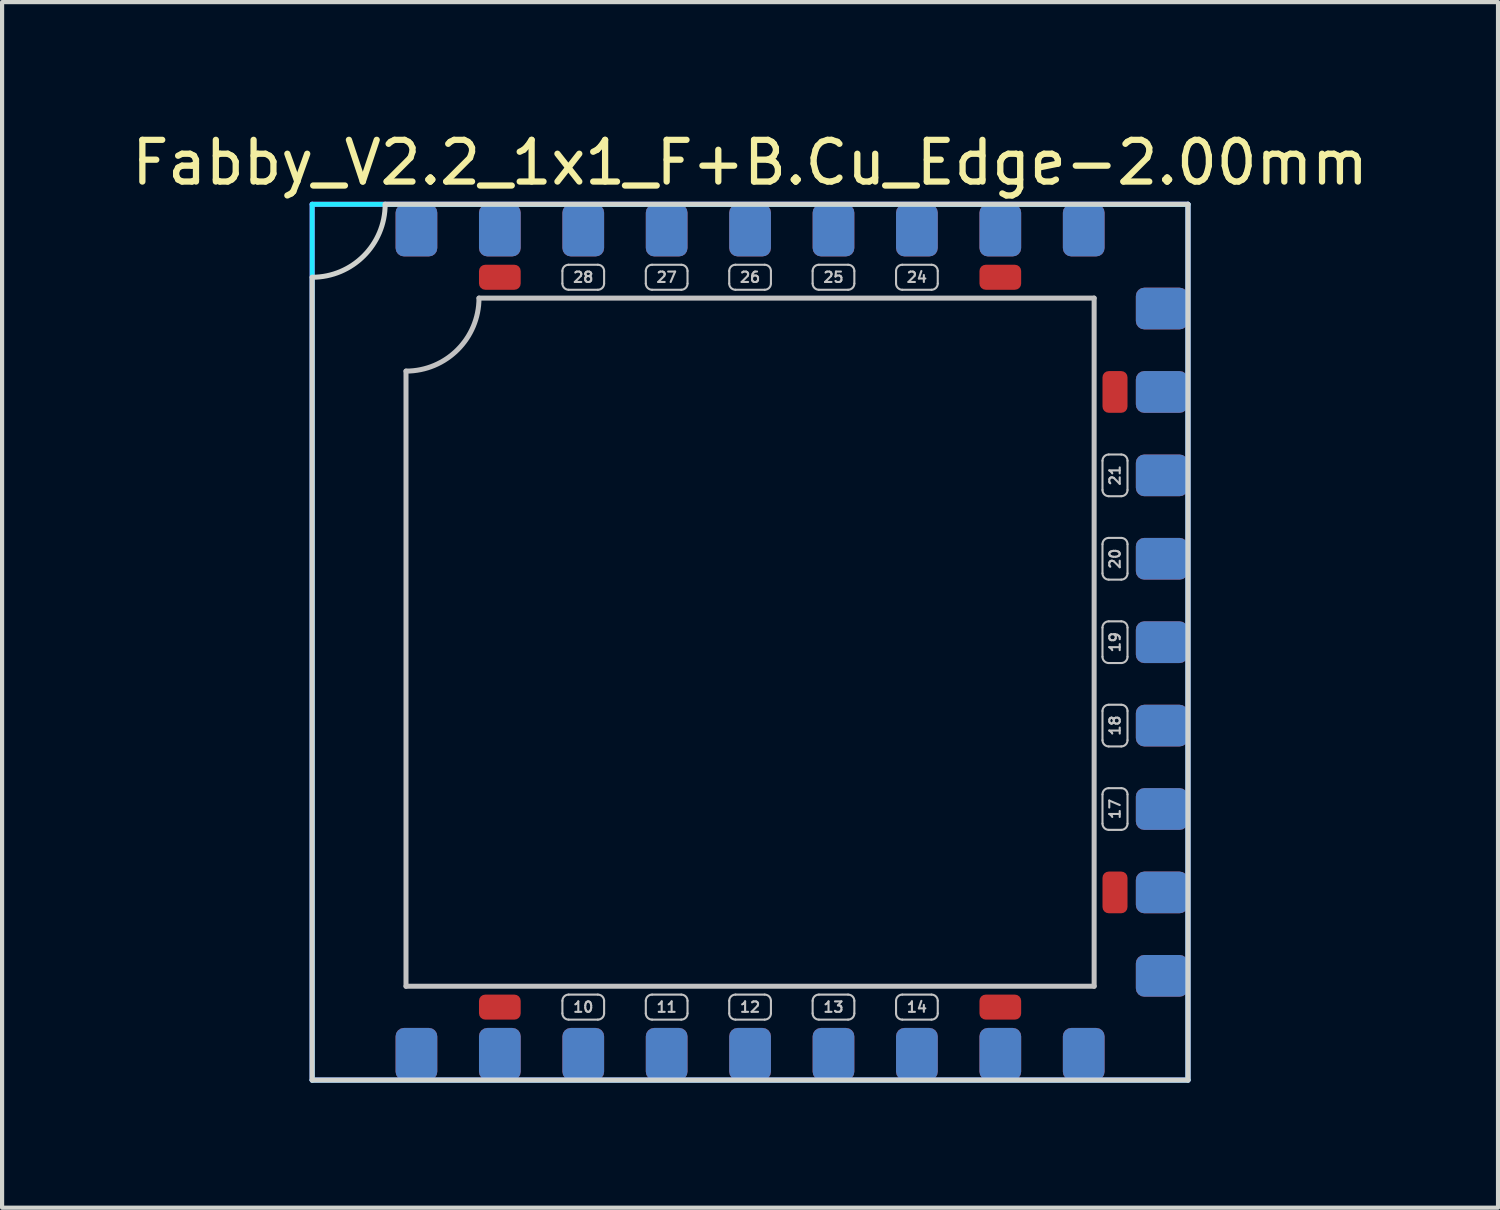
<source format=kicad_pcb>
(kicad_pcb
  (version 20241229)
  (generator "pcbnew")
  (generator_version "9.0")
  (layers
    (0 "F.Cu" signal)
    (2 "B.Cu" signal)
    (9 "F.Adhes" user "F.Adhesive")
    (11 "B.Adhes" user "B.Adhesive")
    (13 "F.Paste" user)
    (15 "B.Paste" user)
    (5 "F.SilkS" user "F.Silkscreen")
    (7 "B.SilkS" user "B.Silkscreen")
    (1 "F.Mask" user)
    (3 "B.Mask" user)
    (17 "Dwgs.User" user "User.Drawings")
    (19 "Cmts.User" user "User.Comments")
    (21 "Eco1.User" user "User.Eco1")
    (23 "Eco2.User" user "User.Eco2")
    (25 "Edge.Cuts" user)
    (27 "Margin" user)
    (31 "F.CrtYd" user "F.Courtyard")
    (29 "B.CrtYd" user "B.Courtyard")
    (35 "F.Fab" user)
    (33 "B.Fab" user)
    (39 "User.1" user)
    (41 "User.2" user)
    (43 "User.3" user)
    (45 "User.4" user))
  (footprint "Fabby_V2.2_1x1_F+B.Cu_Edge-2.00mm"
    (layer "F.Cu")
    (at 14.935 12.348)
    (property "Reference" "Fabby_V2.2_1x1_F+B.Cu_Edge-2.00mm" (at 0 -11.5 0) (layer "F.SilkS") (effects (font (size 1 1) (thickness 0.15))))
    (attr through_hole)
    (fp_line (start -8.25 8.25) (end -8.25 -6.5) (stroke (width 0.12) (type solid)) (layer "Dwgs.User"))
    (fp_line (start -6.5 -8.25) (end 8.25 -8.25) (stroke (width 0.12) (type solid)) (layer "Dwgs.User"))
    (fp_line (start -4.5 -8.9) (end -4.5 -8.6) (stroke (width 0.05) (type solid)) (layer "Dwgs.User"))
    (fp_line (start -4.5 8.6) (end -4.5 8.9) (stroke (width 0.05) (type solid)) (layer "Dwgs.User"))
    (fp_line (start -4.35 -9.05) (end -3.65 -9.05) (stroke (width 0.05) (type solid)) (layer "Dwgs.User"))
    (fp_line (start -4.35 -8.45) (end -3.65 -8.45) (stroke (width 0.05) (type solid)) (layer "Dwgs.User"))
    (fp_line (start -4.35 8.45) (end -3.65 8.45) (stroke (width 0.05) (type solid)) (layer "Dwgs.User"))
    (fp_line (start -4.35 9.05) (end -3.65 9.05) (stroke (width 0.05) (type solid)) (layer "Dwgs.User"))
    (fp_line (start -3.5 -8.9) (end -3.5 -8.6) (stroke (width 0.05) (type solid)) (layer "Dwgs.User"))
    (fp_line (start -3.5 8.6) (end -3.5 8.9) (stroke (width 0.05) (type solid)) (layer "Dwgs.User"))
    (fp_line (start -2.5 -8.9) (end -2.5 -8.6) (stroke (width 0.05) (type solid)) (layer "Dwgs.User"))
    (fp_line (start -2.5 8.6) (end -2.5 8.9) (stroke (width 0.05) (type solid)) (layer "Dwgs.User"))
    (fp_line (start -2.35 -9.05) (end -1.65 -9.05) (stroke (width 0.05) (type solid)) (layer "Dwgs.User"))
    (fp_line (start -2.35 -8.45) (end -1.65 -8.45) (stroke (width 0.05) (type solid)) (layer "Dwgs.User"))
    (fp_line (start -2.35 8.45) (end -1.65 8.45) (stroke (width 0.05) (type solid)) (layer "Dwgs.User"))
    (fp_line (start -2.35 9.05) (end -1.65 9.05) (stroke (width 0.05) (type solid)) (layer "Dwgs.User"))
    (fp_line (start -1.5 -8.9) (end -1.5 -8.6) (stroke (width 0.05) (type solid)) (layer "Dwgs.User"))
    (fp_line (start -1.5 8.6) (end -1.5 8.9) (stroke (width 0.05) (type solid)) (layer "Dwgs.User"))
    (fp_line (start -0.5 -8.9) (end -0.5 -8.6) (stroke (width 0.05) (type solid)) (layer "Dwgs.User"))
    (fp_line (start -0.5 8.6) (end -0.5 8.9) (stroke (width 0.05) (type solid)) (layer "Dwgs.User"))
    (fp_line (start -0.35 -9.05) (end 0.35 -9.05) (stroke (width 0.05) (type solid)) (layer "Dwgs.User"))
    (fp_line (start -0.35 -8.45) (end 0.35 -8.45) (stroke (width 0.05) (type solid)) (layer "Dwgs.User"))
    (fp_line (start -0.35 8.45) (end 0.35 8.45) (stroke (width 0.05) (type solid)) (layer "Dwgs.User"))
    (fp_line (start -0.35 9.05) (end 0.35 9.05) (stroke (width 0.05) (type solid)) (layer "Dwgs.User"))
    (fp_line (start 0.5 -8.9) (end 0.5 -8.6) (stroke (width 0.05) (type solid)) (layer "Dwgs.User"))
    (fp_line (start 0.5 8.6) (end 0.5 8.9) (stroke (width 0.05) (type solid)) (layer "Dwgs.User"))
    (fp_line (start 1.5 -8.9) (end 1.5 -8.6) (stroke (width 0.05) (type solid)) (layer "Dwgs.User"))
    (fp_line (start 1.5 8.6) (end 1.5 8.9) (stroke (width 0.05) (type solid)) (layer "Dwgs.User"))
    (fp_line (start 1.65 -9.05) (end 2.35 -9.05) (stroke (width 0.05) (type solid)) (layer "Dwgs.User"))
    (fp_line (start 1.65 -8.45) (end 2.35 -8.45) (stroke (width 0.05) (type solid)) (layer "Dwgs.User"))
    (fp_line (start 1.65 8.45) (end 2.35 8.45) (stroke (width 0.05) (type solid)) (layer "Dwgs.User"))
    (fp_line (start 1.65 9.05) (end 2.35 9.05) (stroke (width 0.05) (type solid)) (layer "Dwgs.User"))
    (fp_line (start 2.5 -8.9) (end 2.5 -8.6) (stroke (width 0.05) (type solid)) (layer "Dwgs.User"))
    (fp_line (start 2.5 8.6) (end 2.5 8.9) (stroke (width 0.05) (type solid)) (layer "Dwgs.User"))
    (fp_line (start 3.5 -8.9) (end 3.5 -8.6) (stroke (width 0.05) (type solid)) (layer "Dwgs.User"))
    (fp_line (start 3.5 8.6) (end 3.5 8.9) (stroke (width 0.05) (type solid)) (layer "Dwgs.User"))
    (fp_line (start 3.65 -9.05) (end 4.35 -9.05) (stroke (width 0.05) (type solid)) (layer "Dwgs.User"))
    (fp_line (start 3.65 -8.45) (end 4.35 -8.45) (stroke (width 0.05) (type solid)) (layer "Dwgs.User"))
    (fp_line (start 3.65 8.45) (end 4.35 8.45) (stroke (width 0.05) (type solid)) (layer "Dwgs.User"))
    (fp_line (start 3.65 9.05) (end 4.35 9.05) (stroke (width 0.05) (type solid)) (layer "Dwgs.User"))
    (fp_line (start 4.5 -8.9) (end 4.5 -8.6) (stroke (width 0.05) (type solid)) (layer "Dwgs.User"))
    (fp_line (start 4.5 8.6) (end 4.5 8.9) (stroke (width 0.05) (type solid)) (layer "Dwgs.User"))
    (fp_line (start 8.25 -8.25) (end 8.25 8.25) (stroke (width 0.12) (type solid)) (layer "Dwgs.User"))
    (fp_line (start 8.25 8.25) (end -8.25 8.25) (stroke (width 0.12) (type solid)) (layer "Dwgs.User"))
    (fp_line (start 8.45 -4.35) (end 8.45 -3.65) (stroke (width 0.05) (type solid)) (layer "Dwgs.User"))
    (fp_line (start 8.45 -2.35) (end 8.45 -1.65) (stroke (width 0.05) (type solid)) (layer "Dwgs.User"))
    (fp_line (start 8.45 -0.35) (end 8.45 0.35) (stroke (width 0.05) (type solid)) (layer "Dwgs.User"))
    (fp_line (start 8.45 1.65) (end 8.45 2.35) (stroke (width 0.05) (type solid)) (layer "Dwgs.User"))
    (fp_line (start 8.45 3.65) (end 8.45 4.35) (stroke (width 0.05) (type solid)) (layer "Dwgs.User"))
    (fp_line (start 8.9 -4.5) (end 8.6 -4.5) (stroke (width 0.05) (type solid)) (layer "Dwgs.User"))
    (fp_line (start 8.9 -3.5) (end 8.6 -3.5) (stroke (width 0.05) (type solid)) (layer "Dwgs.User"))
    (fp_line (start 8.9 -2.5) (end 8.6 -2.5) (stroke (width 0.05) (type solid)) (layer "Dwgs.User"))
    (fp_line (start 8.9 -1.5) (end 8.6 -1.5) (stroke (width 0.05) (type solid)) (layer "Dwgs.User"))
    (fp_line (start 8.9 -0.5) (end 8.6 -0.5) (stroke (width 0.05) (type solid)) (layer "Dwgs.User"))
    (fp_line (start 8.9 0.5) (end 8.6 0.5) (stroke (width 0.05) (type solid)) (layer "Dwgs.User"))
    (fp_line (start 8.9 1.5) (end 8.6 1.5) (stroke (width 0.05) (type solid)) (layer "Dwgs.User"))
    (fp_line (start 8.9 2.5) (end 8.6 2.5) (stroke (width 0.05) (type solid)) (layer "Dwgs.User"))
    (fp_line (start 8.9 3.5) (end 8.6 3.5) (stroke (width 0.05) (type solid)) (layer "Dwgs.User"))
    (fp_line (start 8.9 4.5) (end 8.6 4.5) (stroke (width 0.05) (type solid)) (layer "Dwgs.User"))
    (fp_line (start 9.05 -4.35) (end 9.05 -3.65) (stroke (width 0.05) (type solid)) (layer "Dwgs.User"))
    (fp_line (start 9.05 -2.35) (end 9.05 -1.65) (stroke (width 0.05) (type solid)) (layer "Dwgs.User"))
    (fp_line (start 9.05 -0.35) (end 9.05 0.35) (stroke (width 0.05) (type solid)) (layer "Dwgs.User"))
    (fp_line (start 9.05 1.65) (end 9.05 2.35) (stroke (width 0.05) (type solid)) (layer "Dwgs.User"))
    (fp_line (start 9.05 3.65) (end 9.05 4.35) (stroke (width 0.05) (type solid)) (layer "Dwgs.User"))
    (fp_arc (start -6.5 -8.25) (mid -7.012563 -7.012563) (end -8.25 -6.5) (stroke (width 0.12) (type solid)) (layer "Dwgs.User"))
    (fp_arc (start -4.5 -8.9) (mid -4.456066 -9.006066) (end -4.35 -9.05) (stroke (width 0.05) (type solid)) (layer "Dwgs.User"))
    (fp_arc (start -4.5 8.6) (mid -4.456066 8.493934) (end -4.35 8.45) (stroke (width 0.05) (type solid)) (layer "Dwgs.User"))
    (fp_arc (start -4.35 -8.45) (mid -4.456066 -8.493934) (end -4.5 -8.6) (stroke (width 0.05) (type solid)) (layer "Dwgs.User"))
    (fp_arc (start -4.35 9.05) (mid -4.456066 9.006066) (end -4.5 8.9) (stroke (width 0.05) (type solid)) (layer "Dwgs.User"))
    (fp_arc (start -3.65 -9.05) (mid -3.543934 -9.006066) (end -3.5 -8.9) (stroke (width 0.05) (type solid)) (layer "Dwgs.User"))
    (fp_arc (start -3.65 8.45) (mid -3.543934 8.493934) (end -3.5 8.6) (stroke (width 0.05) (type solid)) (layer "Dwgs.User"))
    (fp_arc (start -3.5 -8.6) (mid -3.543934 -8.493934) (end -3.65 -8.45) (stroke (width 0.05) (type solid)) (layer "Dwgs.User"))
    (fp_arc (start -3.5 8.9) (mid -3.543934 9.006066) (end -3.65 9.05) (stroke (width 0.05) (type solid)) (layer "Dwgs.User"))
    (fp_arc (start -2.5 -8.9) (mid -2.456066 -9.006066) (end -2.35 -9.05) (stroke (width 0.05) (type solid)) (layer "Dwgs.User"))
    (fp_arc (start -2.5 8.6) (mid -2.456066 8.493934) (end -2.35 8.45) (stroke (width 0.05) (type solid)) (layer "Dwgs.User"))
    (fp_arc (start -2.35 -8.45) (mid -2.456066 -8.493934) (end -2.5 -8.6) (stroke (width 0.05) (type solid)) (layer "Dwgs.User"))
    (fp_arc (start -2.35 9.05) (mid -2.456066 9.006066) (end -2.5 8.9) (stroke (width 0.05) (type solid)) (layer "Dwgs.User"))
    (fp_arc (start -1.65 -9.05) (mid -1.543934 -9.006066) (end -1.5 -8.9) (stroke (width 0.05) (type solid)) (layer "Dwgs.User"))
    (fp_arc (start -1.65 8.45) (mid -1.543934 8.493934) (end -1.5 8.6) (stroke (width 0.05) (type solid)) (layer "Dwgs.User"))
    (fp_arc (start -1.5 -8.6) (mid -1.543934 -8.493934) (end -1.65 -8.45) (stroke (width 0.05) (type solid)) (layer "Dwgs.User"))
    (fp_arc (start -1.5 8.9) (mid -1.543934 9.006066) (end -1.65 9.05) (stroke (width 0.05) (type solid)) (layer "Dwgs.User"))
    (fp_arc (start -0.5 -8.9) (mid -0.456066 -9.006066) (end -0.35 -9.05) (stroke (width 0.05) (type solid)) (layer "Dwgs.User"))
    (fp_arc (start -0.5 8.6) (mid -0.456066 8.493934) (end -0.35 8.45) (stroke (width 0.05) (type solid)) (layer "Dwgs.User"))
    (fp_arc (start -0.35 -8.45) (mid -0.456066 -8.493934) (end -0.5 -8.6) (stroke (width 0.05) (type solid)) (layer "Dwgs.User"))
    (fp_arc (start -0.35 9.05) (mid -0.456066 9.006066) (end -0.5 8.9) (stroke (width 0.05) (type solid)) (layer "Dwgs.User"))
    (fp_arc (start 0.35 -9.05) (mid 0.456066 -9.006066) (end 0.5 -8.9) (stroke (width 0.05) (type solid)) (layer "Dwgs.User"))
    (fp_arc (start 0.35 8.45) (mid 0.456066 8.493934) (end 0.5 8.6) (stroke (width 0.05) (type solid)) (layer "Dwgs.User"))
    (fp_arc (start 0.5 -8.6) (mid 0.456066 -8.493934) (end 0.35 -8.45) (stroke (width 0.05) (type solid)) (layer "Dwgs.User"))
    (fp_arc (start 0.5 8.9) (mid 0.456066 9.006066) (end 0.35 9.05) (stroke (width 0.05) (type solid)) (layer "Dwgs.User"))
    (fp_arc (start 1.5 -8.9) (mid 1.543934 -9.006066) (end 1.65 -9.05) (stroke (width 0.05) (type solid)) (layer "Dwgs.User"))
    (fp_arc (start 1.5 8.6) (mid 1.543934 8.493934) (end 1.65 8.45) (stroke (width 0.05) (type solid)) (layer "Dwgs.User"))
    (fp_arc (start 1.65 -8.45) (mid 1.543934 -8.493934) (end 1.5 -8.6) (stroke (width 0.05) (type solid)) (layer "Dwgs.User"))
    (fp_arc (start 1.65 9.05) (mid 1.543934 9.006066) (end 1.5 8.9) (stroke (width 0.05) (type solid)) (layer "Dwgs.User"))
    (fp_arc (start 2.35 -9.05) (mid 2.456066 -9.006066) (end 2.5 -8.9) (stroke (width 0.05) (type solid)) (layer "Dwgs.User"))
    (fp_arc (start 2.35 8.45) (mid 2.456066 8.493934) (end 2.5 8.6) (stroke (width 0.05) (type solid)) (layer "Dwgs.User"))
    (fp_arc (start 2.5 -8.6) (mid 2.456066 -8.493934) (end 2.35 -8.45) (stroke (width 0.05) (type solid)) (layer "Dwgs.User"))
    (fp_arc (start 2.5 8.9) (mid 2.456066 9.006066) (end 2.35 9.05) (stroke (width 0.05) (type solid)) (layer "Dwgs.User"))
    (fp_arc (start 3.5 -8.9) (mid 3.543934 -9.006066) (end 3.65 -9.05) (stroke (width 0.05) (type solid)) (layer "Dwgs.User"))
    (fp_arc (start 3.5 8.6) (mid 3.543934 8.493934) (end 3.65 8.45) (stroke (width 0.05) (type solid)) (layer "Dwgs.User"))
    (fp_arc (start 3.65 -8.45) (mid 3.543934 -8.493934) (end 3.5 -8.6) (stroke (width 0.05) (type solid)) (layer "Dwgs.User"))
    (fp_arc (start 3.65 9.05) (mid 3.543934 9.006066) (end 3.5 8.9) (stroke (width 0.05) (type solid)) (layer "Dwgs.User"))
    (fp_arc (start 4.35 -9.05) (mid 4.456066 -9.006066) (end 4.5 -8.9) (stroke (width 0.05) (type solid)) (layer "Dwgs.User"))
    (fp_arc (start 4.35 8.45) (mid 4.456066 8.493934) (end 4.5 8.6) (stroke (width 0.05) (type solid)) (layer "Dwgs.User"))
    (fp_arc (start 4.5 -8.6) (mid 4.456066 -8.493934) (end 4.35 -8.45) (stroke (width 0.05) (type solid)) (layer "Dwgs.User"))
    (fp_arc (start 4.5 8.9) (mid 4.456066 9.006066) (end 4.35 9.05) (stroke (width 0.05) (type solid)) (layer "Dwgs.User"))
    (fp_arc (start 8.45 -4.35) (mid 8.493934 -4.456066) (end 8.6 -4.5) (stroke (width 0.05) (type solid)) (layer "Dwgs.User"))
    (fp_arc (start 8.45 -2.35) (mid 8.493934 -2.456066) (end 8.6 -2.5) (stroke (width 0.05) (type solid)) (layer "Dwgs.User"))
    (fp_arc (start 8.45 -0.35) (mid 8.493934 -0.456066) (end 8.6 -0.5) (stroke (width 0.05) (type solid)) (layer "Dwgs.User"))
    (fp_arc (start 8.45 1.65) (mid 8.493934 1.543934) (end 8.6 1.5) (stroke (width 0.05) (type solid)) (layer "Dwgs.User"))
    (fp_arc (start 8.45 3.65) (mid 8.493934 3.543934) (end 8.6 3.5) (stroke (width 0.05) (type solid)) (layer "Dwgs.User"))
    (fp_arc (start 8.6 -3.5) (mid 8.493934 -3.543934) (end 8.45 -3.65) (stroke (width 0.05) (type solid)) (layer "Dwgs.User"))
    (fp_arc (start 8.6 -1.5) (mid 8.493934 -1.543934) (end 8.45 -1.65) (stroke (width 0.05) (type solid)) (layer "Dwgs.User"))
    (fp_arc (start 8.6 0.5) (mid 8.493934 0.456066) (end 8.45 0.35) (stroke (width 0.05) (type solid)) (layer "Dwgs.User"))
    (fp_arc (start 8.6 2.5) (mid 8.493934 2.456066) (end 8.45 2.35) (stroke (width 0.05) (type solid)) (layer "Dwgs.User"))
    (fp_arc (start 8.6 4.5) (mid 8.493934 4.456066) (end 8.45 4.35) (stroke (width 0.05) (type solid)) (layer "Dwgs.User"))
    (fp_arc (start 8.9 -4.5) (mid 9.006066 -4.456066) (end 9.05 -4.35) (stroke (width 0.05) (type solid)) (layer "Dwgs.User"))
    (fp_arc (start 8.9 -2.5) (mid 9.006066 -2.456066) (end 9.05 -2.35) (stroke (width 0.05) (type solid)) (layer "Dwgs.User"))
    (fp_arc (start 8.9 -0.5) (mid 9.006066 -0.456066) (end 9.05 -0.35) (stroke (width 0.05) (type solid)) (layer "Dwgs.User"))
    (fp_arc (start 8.9 1.5) (mid 9.006066 1.543934) (end 9.05 1.65) (stroke (width 0.05) (type solid)) (layer "Dwgs.User"))
    (fp_arc (start 8.9 3.5) (mid 9.006066 3.543934) (end 9.05 3.65) (stroke (width 0.05) (type solid)) (layer "Dwgs.User"))
    (fp_arc (start 9.05 -3.65) (mid 9.006066 -3.543934) (end 8.9 -3.5) (stroke (width 0.05) (type solid)) (layer "Dwgs.User"))
    (fp_arc (start 9.05 -1.65) (mid 9.006066 -1.543934) (end 8.9 -1.5) (stroke (width 0.05) (type solid)) (layer "Dwgs.User"))
    (fp_arc (start 9.05 0.35) (mid 9.006066 0.456066) (end 8.9 0.5) (stroke (width 0.05) (type solid)) (layer "Dwgs.User"))
    (fp_arc (start 9.05 2.35) (mid 9.006066 2.456066) (end 8.9 2.5) (stroke (width 0.05) (type solid)) (layer "Dwgs.User"))
    (fp_arc (start 9.05 4.35) (mid 9.006066 4.456066) (end 8.9 4.5) (stroke (width 0.05) (type solid)) (layer "Dwgs.User"))
    (fp_line (start -10.5 -8.75) (end -10.5 10.5) (stroke (width 0.12) (type solid)) (layer "Edge.Cuts"))
    (fp_line (start -10.5 10.5) (end 10.5 10.5) (stroke (width 0.12) (type solid)) (layer "Edge.Cuts"))
    (fp_line (start -8.75 -10.5) (end 10.5 -10.5) (stroke (width 0.12) (type solid)) (layer "Edge.Cuts"))
    (fp_line (start 10.5 -10.5) (end 10.5 10.5) (stroke (width 0.12) (type solid)) (layer "Edge.Cuts"))
    (fp_arc (start -8.75 -10.5) (mid -9.262563 -9.262563) (end -10.5 -8.75) (stroke (width 0.12) (type solid)) (layer "Edge.Cuts"))
    (fp_line (start -10.5 -10.5) (end 10.5 -10.5) (stroke (width 0.12) (type solid)) (layer "B.CrtYd"))
    (fp_line (start -10.5 10.5) (end -10.5 -10.5) (stroke (width 0.12) (type solid)) (layer "B.CrtYd"))
    (fp_line (start -10.5 10.5) (end 10.5 10.5) (stroke (width 0.12) (type solid)) (layer "B.CrtYd"))
    (fp_line (start 10.5 10.5) (end 10.5 -10.5) (stroke (width 0.12) (type solid)) (layer "B.CrtYd"))
    (fp_line (start -10.5 -10.5) (end 10.5 -10.5) (stroke (width 0.12) (type solid)) (layer "F.CrtYd"))
    (fp_line (start -10.5 10.5) (end -10.5 -10.5) (stroke (width 0.12) (type solid)) (layer "F.CrtYd"))
    (fp_line (start -10.5 10.5) (end 10.5 10.5) (stroke (width 0.12) (type solid)) (layer "F.CrtYd"))
    (fp_line (start 10.5 10.5) (end 10.5 -10.5) (stroke (width 0.12) (type solid)) (layer "F.CrtYd"))
    (fp_text user "20" (at 8.75 -2 270) (layer "Dwgs.User") (effects (font (size 0.25 0.25) (thickness 0.05))))
    (fp_text user "21" (at 8.75 -4 270) (layer "Dwgs.User") (effects (font (size 0.25 0.25) (thickness 0.05))))
    (fp_text user "10" (at -4 8.75 0) (layer "Dwgs.User") (effects (font (size 0.25 0.25) (thickness 0.05))))
    (fp_text user "17" (at 8.75 4 270) (layer "Dwgs.User") (effects (font (size 0.25 0.25) (thickness 0.05))))
    (fp_text user "27" (at -2 -8.75 0) (layer "Dwgs.User") (effects (font (size 0.25 0.25) (thickness 0.05))))
    (fp_text user "26" (at 0 -8.75 0) (layer "Dwgs.User") (effects (font (size 0.25 0.25) (thickness 0.05))))
    (fp_text user "19" (at 8.75 0 270) (layer "Dwgs.User") (effects (font (size 0.25 0.25) (thickness 0.05))))
    (fp_text user "13" (at 2 8.75 0) (layer "Dwgs.User") (effects (font (size 0.25 0.25) (thickness 0.05))))
    (fp_text user "11" (at -2 8.75 0) (layer "Dwgs.User") (effects (font (size 0.25 0.25) (thickness 0.05))))
    (fp_text user "18" (at 8.75 2 270) (layer "Dwgs.User") (effects (font (size 0.25 0.25) (thickness 0.05))))
    (fp_text user "28" (at -4 -8.75 0) (layer "Dwgs.User") (effects (font (size 0.25 0.25) (thickness 0.05))))
    (fp_text user "25" (at 2 -8.75 0) (layer "Dwgs.User") (effects (font (size 0.25 0.25) (thickness 0.05))))
    (fp_text user "12" (at 0 8.75 0) (layer "Dwgs.User") (effects (font (size 0.25 0.25) (thickness 0.05))))
    (fp_text user "24" (at 4 -8.75 0) (layer "Dwgs.User") (effects (font (size 0.25 0.25) (thickness 0.05))))
    (fp_text user "14" (at 4 8.75 0) (layer "Dwgs.User") (effects (font (size 0.25 0.25) (thickness 0.05))))
    (pad "" smd roundrect (at -8 -10) (size 1 1.25) (drill (offset 0 0.125)) (layers "B.Cu" "B.Mask" "B.Paste") (roundrect_rratio 0.2))
    (pad "" smd roundrect (at -8 10 180) (size 1 1.25) (drill (offset 0 0.125)) (layers "B.Cu" "B.Mask" "B.Paste") (roundrect_rratio 0.2))
    (pad "" smd roundrect (at -6 -10) (size 1 1.25) (drill (offset 0 0.125)) (layers "F.Cu" "F.Mask" "F.Paste") (roundrect_rratio 0.2))
    (pad "" smd roundrect (at -6 -10) (size 1 1.25) (drill (offset 0 0.125)) (layers "B.Cu" "B.Mask" "B.Paste") (roundrect_rratio 0.2))
    (pad "" smd roundrect (at -6 10 180) (size 1 1.25) (drill (offset 0 0.125)) (layers "F.Cu" "F.Mask" "F.Paste") (roundrect_rratio 0.2))
    (pad "" smd roundrect (at -6 10 180) (size 1 1.25) (drill (offset 0 0.125)) (layers "B.Cu" "B.Mask" "B.Paste") (roundrect_rratio 0.2))
    (pad "" smd roundrect (at -4 -10) (size 1 1.25) (drill (offset 0 0.125)) (layers "B.Cu" "B.Mask" "B.Paste") (roundrect_rratio 0.2))
    (pad "" smd roundrect (at -4 10 180) (size 1 1.25) (drill (offset 0 0.125)) (layers "B.Cu" "B.Mask" "B.Paste") (roundrect_rratio 0.2))
    (pad "" smd roundrect (at -2 -10) (size 1 1.25) (drill (offset 0 0.125)) (layers "B.Cu" "B.Mask" "B.Paste") (roundrect_rratio 0.2))
    (pad "" smd roundrect (at -2 10 180) (size 1 1.25) (drill (offset 0 0.125)) (layers "B.Cu" "B.Mask" "B.Paste") (roundrect_rratio 0.2))
    (pad "" smd roundrect (at 0 -10) (size 1 1.25) (drill (offset 0 0.125)) (layers "B.Cu" "B.Mask" "B.Paste") (roundrect_rratio 0.2))
    (pad "" smd roundrect (at 0 10 180) (size 1 1.25) (drill (offset 0 0.125)) (layers "B.Cu" "B.Mask" "B.Paste") (roundrect_rratio 0.2))
    (pad "" smd roundrect (at 2 -10) (size 1 1.25) (drill (offset 0 0.125)) (layers "B.Cu" "B.Mask" "B.Paste") (roundrect_rratio 0.2))
    (pad "" smd roundrect (at 2 10 180) (size 1 1.25) (drill (offset 0 0.125)) (layers "B.Cu" "B.Mask" "B.Paste") (roundrect_rratio 0.2))
    (pad "" smd roundrect (at 4 -10) (size 1 1.25) (drill (offset 0 0.125)) (layers "B.Cu" "B.Mask" "B.Paste") (roundrect_rratio 0.2))
    (pad "" smd roundrect (at 4 10 180) (size 1 1.25) (drill (offset 0 0.125)) (layers "B.Cu" "B.Mask" "B.Paste") (roundrect_rratio 0.2))
    (pad "" smd roundrect (at 6 -10) (size 1 1.25) (drill (offset 0 0.125)) (layers "F.Cu" "F.Mask" "F.Paste") (roundrect_rratio 0.2))
    (pad "" smd roundrect (at 6 -10) (size 1 1.25) (drill (offset 0 0.125)) (layers "B.Cu" "B.Mask" "B.Paste") (roundrect_rratio 0.2))
    (pad "" smd roundrect (at 6 10 180) (size 1 1.25) (drill (offset 0 0.125)) (layers "F.Cu" "F.Mask" "F.Paste") (roundrect_rratio 0.2))
    (pad "" smd roundrect (at 6 10 180) (size 1 1.25) (drill (offset 0 0.125)) (layers "B.Cu" "B.Mask" "B.Paste") (roundrect_rratio 0.2))
    (pad "" smd roundrect (at 8 -10) (size 1 1.25) (drill (offset 0 0.125)) (layers "B.Cu" "B.Mask" "B.Paste") (roundrect_rratio 0.2))
    (pad "" smd roundrect (at 8 10 180) (size 1 1.25) (drill (offset 0 0.125)) (layers "B.Cu" "B.Mask" "B.Paste") (roundrect_rratio 0.2))
    (pad "" smd roundrect (at 10 -8 270) (size 1 1.25) (drill (offset 0 0.125)) (layers "B.Cu" "B.Mask" "B.Paste") (roundrect_rratio 0.2))
    (pad "" smd roundrect (at 10 -6 270) (size 1 1.25) (drill (offset 0 0.125)) (layers "F.Cu" "F.Mask" "F.Paste") (roundrect_rratio 0.2))
    (pad "" smd roundrect (at 10 -6 270) (size 1 1.25) (drill (offset 0 0.125)) (layers "B.Cu" "B.Mask" "B.Paste") (roundrect_rratio 0.2))
    (pad "" smd roundrect (at 10 -4 270) (size 1 1.25) (drill (offset 0 0.125)) (layers "B.Cu" "B.Mask" "B.Paste") (roundrect_rratio 0.2))
    (pad "" smd roundrect (at 10 -2 270) (size 1 1.25) (drill (offset 0 0.125)) (layers "B.Cu" "B.Mask" "B.Paste") (roundrect_rratio 0.2))
    (pad "" smd roundrect (at 10 0 270) (size 1 1.25) (drill (offset 0 0.125)) (layers "B.Cu" "B.Mask" "B.Paste") (roundrect_rratio 0.2))
    (pad "" smd roundrect (at 10 2 270) (size 1 1.25) (drill (offset 0 0.125)) (layers "B.Cu" "B.Mask" "B.Paste") (roundrect_rratio 0.2))
    (pad "" smd roundrect (at 10 4 270) (size 1 1.25) (drill (offset 0 0.125)) (layers "B.Cu" "B.Mask" "B.Paste") (roundrect_rratio 0.2))
    (pad "" smd roundrect (at 10 6 270) (size 1 1.25) (drill (offset 0 0.125)) (layers "F.Cu" "F.Mask" "F.Paste") (roundrect_rratio 0.2))
    (pad "" smd roundrect (at 10 6 270) (size 1 1.25) (drill (offset 0 0.125)) (layers "B.Cu" "B.Mask" "B.Paste") (roundrect_rratio 0.2))
    (pad "" smd roundrect (at 10 8 270) (size 1 1.25) (drill (offset 0 0.125)) (layers "B.Cu" "B.Mask" "B.Paste") (roundrect_rratio 0.2))
    (pad "1" smd roundrect (at -8 -10) (size 1 1.25) (drill (offset 0 0.125)) (layers "F.Cu" "F.Mask" "F.Paste") (roundrect_rratio 0.2))
    (pad "1" smd roundrect (at -8 10 180) (size 1 1.25) (drill (offset 0 0.125)) (layers "F.Cu" "F.Mask" "F.Paste") (roundrect_rratio 0.2))
    (pad "1" smd roundrect (at 8 -10) (size 1 1.25) (drill (offset 0 0.125)) (layers "F.Cu" "F.Mask" "F.Paste") (roundrect_rratio 0.2))
    (pad "1" smd roundrect (at 8 10 180) (size 1 1.25) (drill (offset 0 0.125)) (layers "F.Cu" "F.Mask" "F.Paste") (roundrect_rratio 0.2))
    (pad "1" smd roundrect (at 10 -8 270) (size 1 1.25) (drill (offset 0 0.125)) (layers "F.Cu" "F.Mask" "F.Paste") (roundrect_rratio 0.2))
    (pad "1" smd roundrect (at 10 8 270) (size 1 1.25) (drill (offset 0 0.125)) (layers "F.Cu" "F.Mask" "F.Paste") (roundrect_rratio 0.2))
    (pad "9" smd roundrect (at -6 8.75 90) (size 0.6 1) (layers "F.Cu" "F.Mask" "F.Paste") (roundrect_rratio 0.25))
    (pad "10" smd roundrect (at -4 10 180) (size 1 1.25) (drill (offset 0 0.125)) (layers "F.Cu" "F.Mask" "F.Paste") (roundrect_rratio 0.2))
    (pad "11" smd roundrect (at -2 10 180) (size 1 1.25) (drill (offset 0 0.125)) (layers "F.Cu" "F.Mask" "F.Paste") (roundrect_rratio 0.2))
    (pad "12" smd roundrect (at 0 10 180) (size 1 1.25) (drill (offset 0 0.125)) (layers "F.Cu" "F.Mask" "F.Paste") (roundrect_rratio 0.2))
    (pad "13" smd roundrect (at 2 10 180) (size 1 1.25) (drill (offset 0 0.125)) (layers "F.Cu" "F.Mask" "F.Paste") (roundrect_rratio 0.2))
    (pad "14" smd roundrect (at 4 10 180) (size 1 1.25) (drill (offset 0 0.125)) (layers "F.Cu" "F.Mask" "F.Paste") (roundrect_rratio 0.2))
    (pad "15" smd roundrect (at 6 8.75 90) (size 0.6 1) (layers "F.Cu" "F.Mask" "F.Paste") (roundrect_rratio 0.25))
    (pad "16" smd roundrect (at 8.75 6 180) (size 0.6 1) (layers "F.Cu" "F.Mask" "F.Paste") (roundrect_rratio 0.25))
    (pad "17" smd roundrect (at 10 4 270) (size 1 1.25) (drill (offset 0 0.125)) (layers "F.Cu" "F.Mask" "F.Paste") (roundrect_rratio 0.2))
    (pad "18" smd roundrect (at 10 2 270) (size 1 1.25) (drill (offset 0 0.125)) (layers "F.Cu" "F.Mask" "F.Paste") (roundrect_rratio 0.2))
    (pad "19" smd roundrect (at 10 0 270) (size 1 1.25) (drill (offset 0 0.125)) (layers "F.Cu" "F.Mask" "F.Paste") (roundrect_rratio 0.2))
    (pad "20" smd roundrect (at 10 -2 270) (size 1 1.25) (drill (offset 0 0.125)) (layers "F.Cu" "F.Mask" "F.Paste") (roundrect_rratio 0.2))
    (pad "21" smd roundrect (at 10 -4 270) (size 1 1.25) (drill (offset 0 0.125)) (layers "F.Cu" "F.Mask" "F.Paste") (roundrect_rratio 0.2))
    (pad "22" smd roundrect (at 8.75 -6 180) (size 0.6 1) (layers "F.Cu" "F.Mask" "F.Paste") (roundrect_rratio 0.25))
    (pad "23" smd roundrect (at 6 -8.75 270) (size 0.6 1) (layers "F.Cu" "F.Mask" "F.Paste") (roundrect_rratio 0.25))
    (pad "24" smd roundrect (at 4 -10) (size 1 1.25) (drill (offset 0 0.125)) (layers "F.Cu" "F.Mask" "F.Paste") (roundrect_rratio 0.2))
    (pad "25" smd roundrect (at 2 -10) (size 1 1.25) (drill (offset 0 0.125)) (layers "F.Cu" "F.Mask" "F.Paste") (roundrect_rratio 0.2))
    (pad "26" smd roundrect (at 0 -10) (size 1 1.25) (drill (offset 0 0.125)) (layers "F.Cu" "F.Mask" "F.Paste") (roundrect_rratio 0.2))
    (pad "27" smd roundrect (at -2 -10) (size 1 1.25) (drill (offset 0 0.125)) (layers "F.Cu" "F.Mask" "F.Paste") (roundrect_rratio 0.2))
    (pad "28" smd roundrect (at -4 -10) (size 1 1.25) (drill (offset 0 0.125)) (layers "F.Cu" "F.Mask" "F.Paste") (roundrect_rratio 0.2))
    (pad "29" smd roundrect (at -6 -8.75 270) (size 0.6 1) (layers "F.Cu" "F.Mask" "F.Paste") (roundrect_rratio 0.25)))
  (gr_rect
    (start -3 -3)
    (end 32.869 25.908)
    (stroke (width 0.1) (type default))
    (fill no)
    (layer "Edge.Cuts")))
</source>
